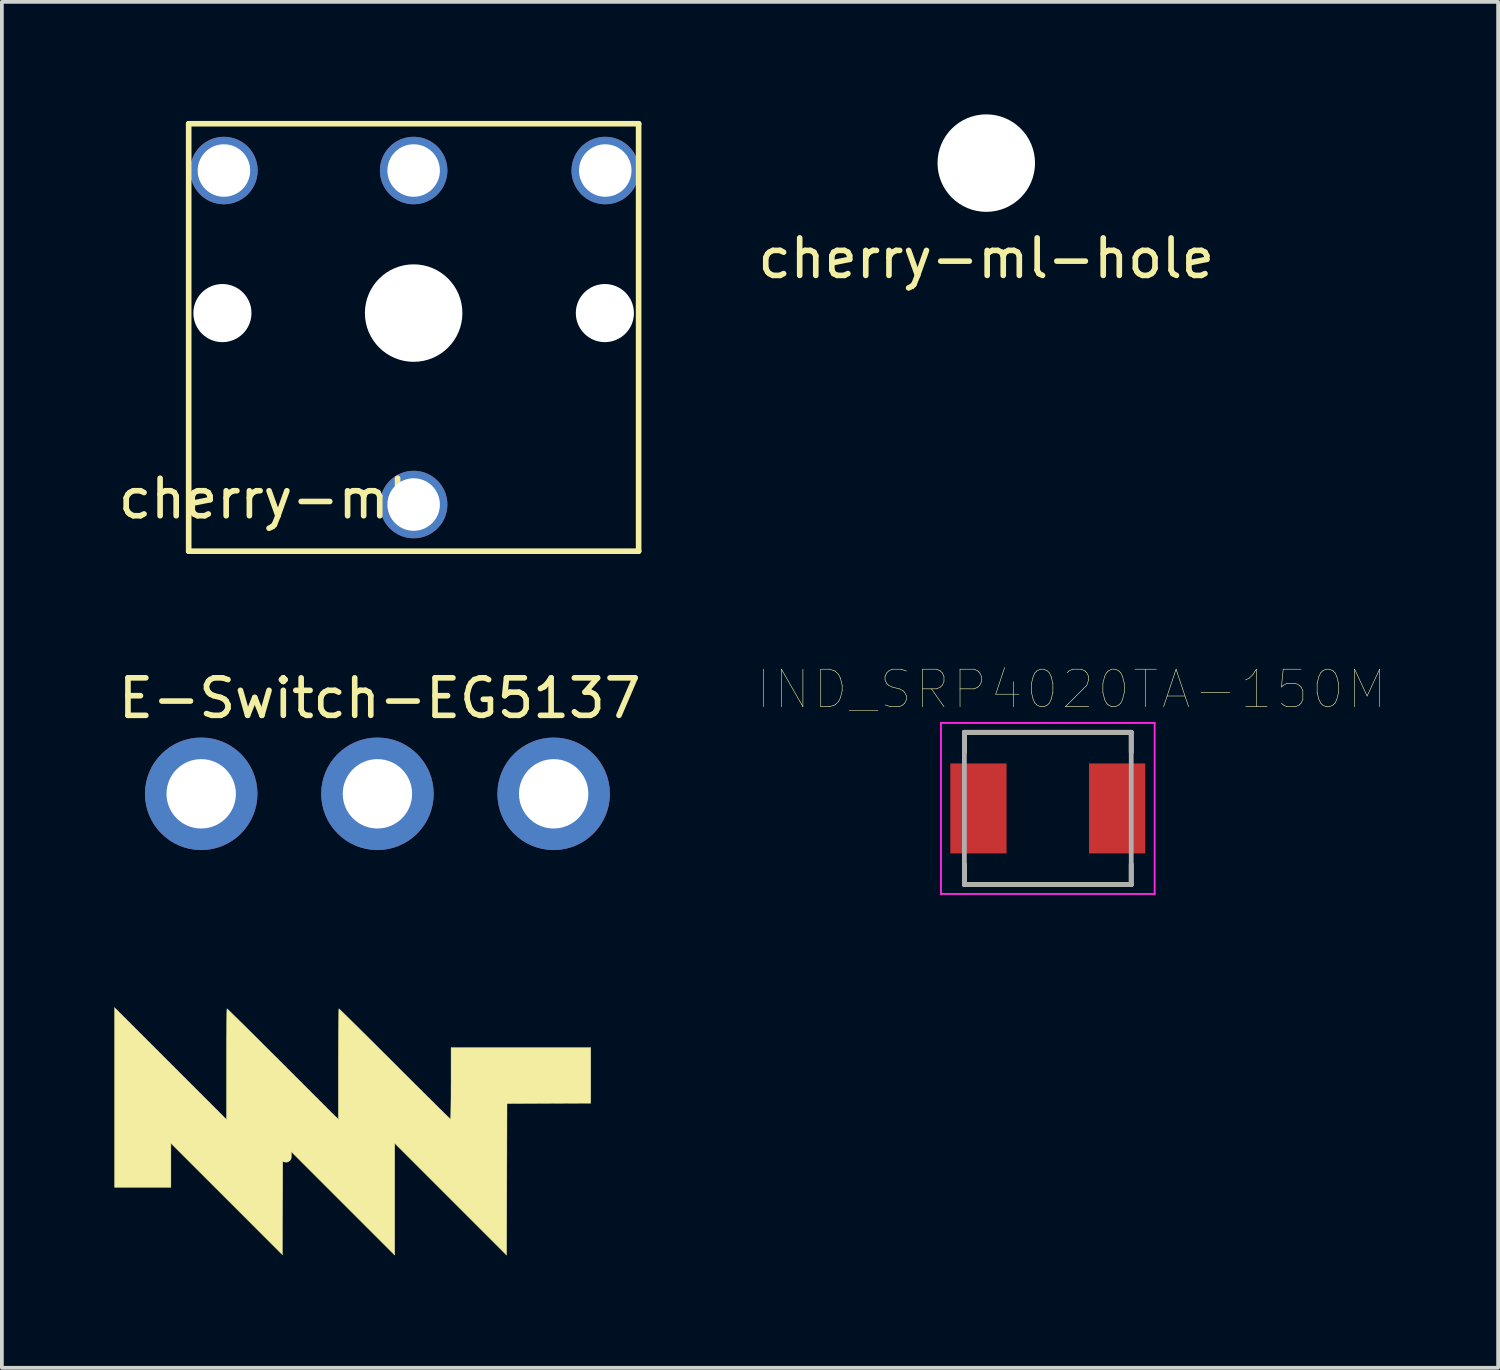
<source format=kicad_pcb>
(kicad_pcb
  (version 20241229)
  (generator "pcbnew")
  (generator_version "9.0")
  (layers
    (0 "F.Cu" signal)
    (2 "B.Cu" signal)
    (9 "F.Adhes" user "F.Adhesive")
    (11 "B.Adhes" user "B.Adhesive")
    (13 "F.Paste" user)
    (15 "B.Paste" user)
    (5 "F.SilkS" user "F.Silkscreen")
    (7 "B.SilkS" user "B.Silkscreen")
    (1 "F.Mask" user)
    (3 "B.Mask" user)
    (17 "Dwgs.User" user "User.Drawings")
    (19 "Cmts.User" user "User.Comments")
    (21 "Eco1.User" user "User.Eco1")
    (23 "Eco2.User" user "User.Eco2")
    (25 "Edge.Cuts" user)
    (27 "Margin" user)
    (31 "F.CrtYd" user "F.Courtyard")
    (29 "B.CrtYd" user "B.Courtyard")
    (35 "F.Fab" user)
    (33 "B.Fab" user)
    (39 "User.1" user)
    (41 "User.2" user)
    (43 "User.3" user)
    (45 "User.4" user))
  (footprint "IND_SRP4020TA-150M"
    (layer "F.Cu")
    (at 24.895 18.511)
    (property "Reference" "IND_SRP4020TA-150M" (at 0.635 -3.175 0) (layer "F.SilkS") (effects (font (size 1 1) (thickness 0.015))))
    (attr through_hole)
    (fp_line (start -2.225 -2.03) (end 2.225 -2.03) (stroke (width 0.127) (type solid)) (layer "F.SilkS"))
    (fp_line (start -2.225 -1.5) (end -2.225 -2.03) (stroke (width 0.127) (type solid)) (layer "F.SilkS"))
    (fp_line (start -2.225 2.03) (end -2.225 1.5) (stroke (width 0.127) (type solid)) (layer "F.SilkS"))
    (fp_line (start -2.225 2.03) (end 2.225 2.03) (stroke (width 0.127) (type solid)) (layer "F.SilkS"))
    (fp_line (start 2.225 -2.03) (end 2.225 -1.5) (stroke (width 0.127) (type solid)) (layer "F.SilkS"))
    (fp_line (start 2.225 2.03) (end 2.225 1.5) (stroke (width 0.127) (type solid)) (layer "F.SilkS"))
    (fp_line (start -2.85 -2.28) (end 2.85 -2.28) (stroke (width 0.05) (type solid)) (layer "F.CrtYd"))
    (fp_line (start -2.85 2.28) (end -2.85 -2.28) (stroke (width 0.05) (type solid)) (layer "F.CrtYd"))
    (fp_line (start 2.85 -2.28) (end 2.85 2.28) (stroke (width 0.05) (type solid)) (layer "F.CrtYd"))
    (fp_line (start 2.85 2.28) (end -2.85 2.28) (stroke (width 0.05) (type solid)) (layer "F.CrtYd"))
    (fp_line (start -2.225 -2.03) (end 2.225 -2.03) (stroke (width 0.127) (type solid)) (layer "F.Fab"))
    (fp_line (start -2.225 2.03) (end -2.225 -2.03) (stroke (width 0.127) (type solid)) (layer "F.Fab"))
    (fp_line (start 2.225 -2.03) (end 2.225 2.03) (stroke (width 0.127) (type solid)) (layer "F.Fab"))
    (fp_line (start 2.225 2.03) (end -2.225 2.03) (stroke (width 0.127) (type solid)) (layer "F.Fab"))
    (pad "1" smd rect (at -1.85 0) (size 1.5 2.4) (layers "F.Cu" "F.Mask" "F.Paste"))
    (pad "2" smd rect (at 1.85 0) (size 1.5 2.4) (layers "F.Cu" "F.Mask" "F.Paste")))
  (footprint "mnt"
    (layer "F.Cu")
    (at 6.355 27.113)
    (property "Reference" "mnt" (at 0 0 0) (layer "F.SilkS") (effects (font (size 1.524 1.524) (thickness 0.3))))
    (attr through_hole)
    (fp_poly (pts (xy -4.858 -1.799) (xy -3.365 -0.307) (xy -3.365 -1.783) (xy -3.365 -2.029) (xy -3.365 -2.262) (xy -3.364 -2.479) (xy -3.362 -2.676) (xy -3.361 -2.85) (xy -3.359 -2.998) (xy -3.356 -3.116) (xy -3.354 -3.201) (xy -3.352 -3.249) (xy -3.35 -3.26) (xy -3.333 -3.245) (xy -3.288 -3.202) (xy -3.218 -3.134) (xy -3.123 -3.041) (xy -3.007 -2.927) (xy -2.871 -2.793) (xy -2.718 -2.641) (xy -2.549 -2.473) (xy -2.367 -2.291) (xy -2.173 -2.098) (xy -1.969 -1.895) (xy -1.857 -1.783) (xy -0.381 -0.307) (xy -0.381 -1.783) (xy -0.381 -2.029) (xy -0.38 -2.262) (xy -0.379 -2.479) (xy -0.378 -2.676) (xy -0.376 -2.85) (xy -0.374 -2.998) (xy -0.372 -3.116) (xy -0.37 -3.201) (xy -0.367 -3.249) (xy -0.365 -3.26) (xy -0.348 -3.245) (xy -0.303 -3.202) (xy -0.233 -3.134) (xy -0.139 -3.041) (xy -0.023 -2.927) (xy 0.113 -2.793) (xy 0.266 -2.641) (xy 0.435 -2.473) (xy 0.618 -2.292) (xy 0.811 -2.099) (xy 1.015 -1.896) (xy 1.122 -1.789) (xy 1.329 -1.581) (xy 1.528 -1.383) (xy 1.717 -1.195) (xy 1.893 -1.02) (xy 2.054 -0.86) (xy 2.199 -0.716) (xy 2.325 -0.592) (xy 2.431 -0.488) (xy 2.514 -0.407) (xy 2.572 -0.351) (xy 2.604 -0.321) (xy 2.609 -0.318) (xy 2.612 -0.338) (xy 2.615 -0.397) (xy 2.618 -0.489) (xy 2.62 -0.611) (xy 2.622 -0.759) (xy 2.624 -0.927) (xy 2.624 -1.113) (xy 2.625 -1.27) (xy 2.625 -2.223) (xy 6.35 -2.223) (xy 6.35 -0.741) (xy 5.233 -0.736) (xy 4.117 -0.73) (xy 4.112 1.291) (xy 4.106 3.312) (xy 1.122 0.328) (xy 1.122 3.312) (xy -1.862 0.328) (xy -1.868 1.815) (xy -1.873 3.302) (xy -3.36 1.815) (xy -4.847 0.328) (xy -4.847 1.503) (xy -6.35 1.503) (xy -6.35 -3.291) (xy -4.858 -1.799)) (stroke (width 0.01) (type solid)) (fill yes) (layer "F.SilkS")))
  (footprint "E-Switch-EG5137"
    (layer "F.Cu")
    (at 7.077 15.073)
    (property "Reference" "E-Switch-EG5137" (at 0 0.5 0) (layer "F.SilkS") (effects (font (size 1 1) (thickness 0.15))))
    (attr through_hole)
    (pad "1" thru_hole circle (at -4.761 3.048) (size 3 3) (drill 1.85) (layers "*.Cu" "*.Mask"))
    (pad "2" thru_hole circle (at -0.061 3.048) (size 3 3) (drill 1.85) (layers "*.Cu" "*.Mask"))
    (pad "3" thru_hole circle (at 4.639 3.048) (size 3 3) (drill 1.85) (layers "*.Cu" "*.Mask")))
  (footprint "cherry-ml"
    (layer "F.Cu")
    (at 1.982 0.25)
    (property "Reference" "cherry-ml" (at 2 10 0) (layer "F.SilkS") (effects (font (size 1 1) (thickness 0.15))))
    (attr through_hole)
    (fp_line (start 0 0) (end 12 0) (stroke (width 0.15) (type solid)) (layer "F.SilkS"))
    (fp_line (start 0 11.4) (end 0 0) (stroke (width 0.15) (type solid)) (layer "F.SilkS"))
    (fp_line (start 12 0) (end 12 11.4) (stroke (width 0.15) (type solid)) (layer "F.SilkS"))
    (fp_line (start 12 11.4) (end 0 11.4) (stroke (width 0.15) (type solid)) (layer "F.SilkS"))
    (pad "" np_thru_hole circle (at 0.9 5.05) (size 1.55 1.55) (drill 1.55) (layers "*.Cu" "*.Mask"))
    (pad "" np_thru_hole circle (at 6 5.05) (size 2.6 2.6) (drill 2.6) (layers "*.Cu" "*.Mask"))
    (pad "" np_thru_hole circle (at 11.1 5.05) (size 1.55 1.55) (drill 1.55) (layers "*.Cu" "*.Mask"))
    (pad "1" thru_hole circle (at 0.94 1.248) (size 1.8 1.8) (drill 1.4) (layers "*.Cu" "*.Mask"))
    (pad "2" thru_hole circle (at 6 1.248) (size 1.8 1.8) (drill 1.4) (layers "*.Cu" "*.Mask"))
    (pad "3" thru_hole circle (at 11.11 1.248) (size 1.8 1.8) (drill 1.4) (layers "*.Cu" "*.Mask"))
    (pad "4" thru_hole circle (at 6 10.156) (size 1.8 1.8) (drill 1.4) (layers "*.Cu" "*.Mask")))
  (footprint "cherry-ml-hole"
    (layer "F.Cu")
    (at 23.254 1.3)
    (property "Reference" "cherry-ml-hole" (at 0 2.54 0) (layer "F.SilkS") (effects (font (size 1 1) (thickness 0.15))))
    (attr through_hole)
    (pad "" np_thru_hole circle (at 0 0) (size 2.6 2.6) (drill 2.6) (layers "*.Cu" "*.Mask")))
  (gr_rect
    (start -3 -3)
    (end 36.905 33.43)
    (stroke (width 0.1) (type default))
    (fill no)
    (layer "Edge.Cuts")))
</source>
